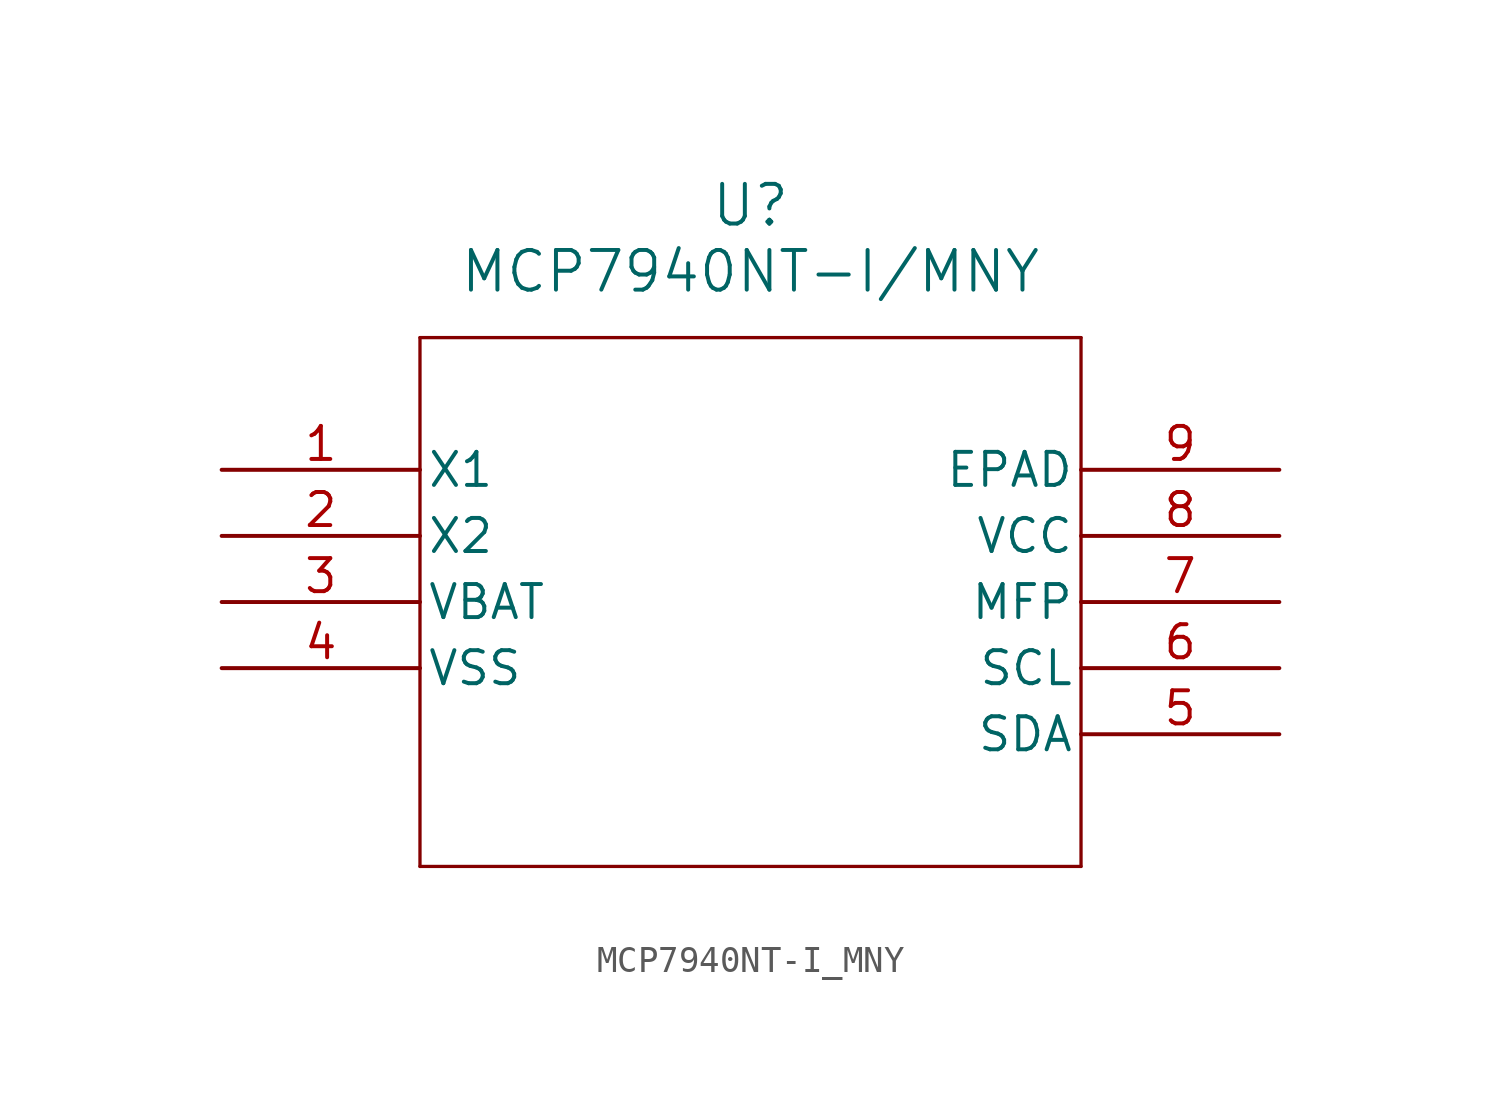
<source format=kicad_sym>
(kicad_symbol_lib
  (version 20211014)
  (generator kicad_symbol_editor)
  (symbol "MCP7940NT-I_MNY"
    (pin_names
      (offset 0.254))
    (property "Reference" "U"
      (at 20.32 10.16 0)
      (effects (font (size 1.524 1.524))))
    (property "Value" "MCP7940NT-I/MNY"
      (at 20.32 7.62 0)
      (effects (font (size 1.524 1.524))))
    (symbol "MCP7940NT-I_MNY_0_1"
      (polyline (pts (xy 7.62 5.08) (xy 7.62 -15.24)) (stroke (width 0.127) (type default) (color 0 0 0 0)) (fill (type none)))
      (polyline (pts (xy 7.62 -15.24) (xy 33.02 -15.24)) (stroke (width 0.127) (type default) (color 0 0 0 0)) (fill (type none)))
      (polyline (pts (xy 33.02 -15.24) (xy 33.02 5.08)) (stroke (width 0.127) (type default) (color 0 0 0 0)) (fill (type none)))
      (polyline (pts (xy 33.02 5.08) (xy 7.62 5.08)) (stroke (width 0.127) (type default) (color 0 0 0 0)) (fill (type none)))
      (pin input line (at 0 0 0) (length 7.62) (name "X1" (effects (font (size 1.27 1.27)))) (number "1" (effects (font (size 1.27 1.27)))))
      (pin output line (at 0 -2.54 0) (length 7.62) (name "X2" (effects (font (size 1.27 1.27)))) (number "2" (effects (font (size 1.27 1.27)))))
      (pin power_in line (at 0 -5.08 0) (length 7.62) (name "VBAT" (effects (font (size 1.27 1.27)))) (number "3" (effects (font (size 1.27 1.27)))))
      (pin power_in line (at 0 -7.62 0) (length 7.62) (name "VSS" (effects (font (size 1.27 1.27)))) (number "4" (effects (font (size 1.27 1.27)))))
      (pin bidirectional line (at 40.64 -10.16 180) (length 7.62) (name "SDA" (effects (font (size 1.27 1.27)))) (number "5" (effects (font (size 1.27 1.27)))))
      (pin input line (at 40.64 -7.62 180) (length 7.62) (name "SCL" (effects (font (size 1.27 1.27)))) (number "6" (effects (font (size 1.27 1.27)))))
      (pin unspecified line (at 40.64 -5.08 180) (length 7.62) (name "MFP" (effects (font (size 1.27 1.27)))) (number "7" (effects (font (size 1.27 1.27)))))
      (pin power_in line (at 40.64 -2.54 180) (length 7.62) (name "VCC" (effects (font (size 1.27 1.27)))) (number "8" (effects (font (size 1.27 1.27)))))
      (pin unspecified line (at 40.64 0 180) (length 7.62) (name "EPAD" (effects (font (size 1.27 1.27)))) (number "9" (effects (font (size 1.27 1.27))))))))
</source>
